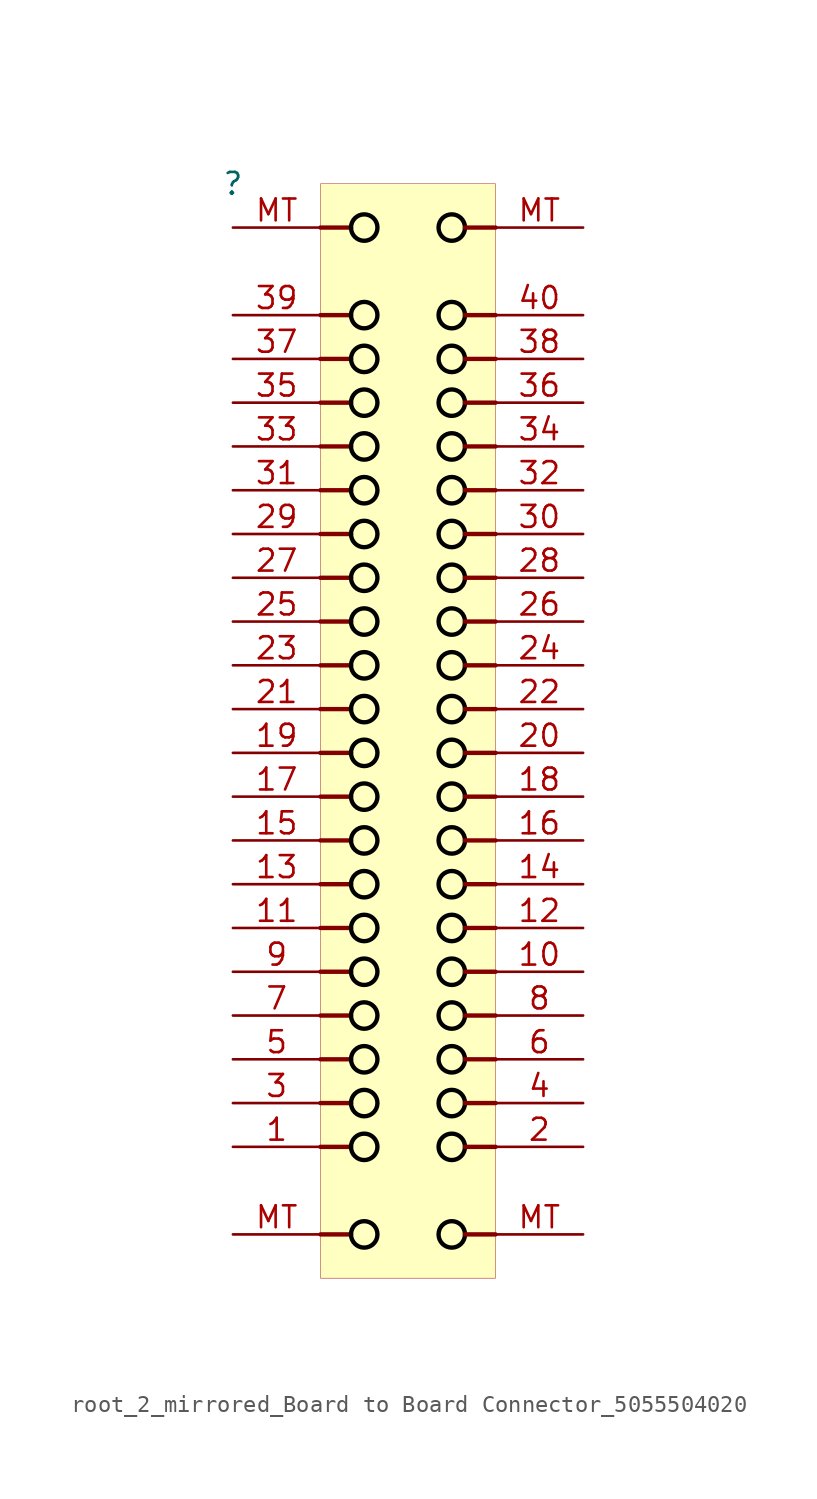
<source format=kicad_sym>
(kicad_symbol_lib
  (version 20231120)
  (generator "kicad_symbol_editor")
  (generator_version "8.0")
  (symbol "root_2_mirrored_Board to Board Connector_5055504020"
    (property "Reference" ""
      (at 0 0 0)
      (effects (font (size 1.27 1.27))))
    (property "Value" ""
      (at 0 0 0)
      (effects (font (size 1.27 1.27))))
    (symbol "root_2_mirrored_Board to Board Connector_5055504020_1_0"
      (polyline (pts (xy 5.08 -60.96) (xy 6.858 -60.96)) (stroke (width 0.254) (type solid)) (fill (type none)))
      (polyline (pts (xy 5.08 -55.88) (xy 6.858 -55.88)) (stroke (width 0.254) (type solid)) (fill (type none)))
      (polyline (pts (xy 5.08 -53.34) (xy 6.858 -53.34)) (stroke (width 0.254) (type solid)) (fill (type none)))
      (polyline (pts (xy 5.08 -50.8) (xy 6.858 -50.8)) (stroke (width 0.254) (type solid)) (fill (type none)))
      (polyline (pts (xy 5.08 -48.26) (xy 6.858 -48.26)) (stroke (width 0.254) (type solid)) (fill (type none)))
      (polyline (pts (xy 5.08 -45.72) (xy 6.858 -45.72)) (stroke (width 0.254) (type solid)) (fill (type none)))
      (polyline (pts (xy 5.08 -43.18) (xy 6.858 -43.18)) (stroke (width 0.254) (type solid)) (fill (type none)))
      (polyline (pts (xy 5.08 -40.64) (xy 6.858 -40.64)) (stroke (width 0.254) (type solid)) (fill (type none)))
      (polyline (pts (xy 5.08 -38.1) (xy 6.858 -38.1)) (stroke (width 0.254) (type solid)) (fill (type none)))
      (polyline (pts (xy 5.08 -35.56) (xy 6.858 -35.56)) (stroke (width 0.254) (type solid)) (fill (type none)))
      (polyline (pts (xy 5.08 -33.02) (xy 6.858 -33.02)) (stroke (width 0.254) (type solid)) (fill (type none)))
      (polyline (pts (xy 5.08 -30.48) (xy 6.858 -30.48)) (stroke (width 0.254) (type solid)) (fill (type none)))
      (polyline (pts (xy 5.08 -27.94) (xy 6.858 -27.94)) (stroke (width 0.254) (type solid)) (fill (type none)))
      (polyline (pts (xy 5.08 -25.4) (xy 6.858 -25.4)) (stroke (width 0.254) (type solid)) (fill (type none)))
      (polyline (pts (xy 5.08 -22.86) (xy 6.858 -22.86)) (stroke (width 0.254) (type solid)) (fill (type none)))
      (polyline (pts (xy 5.08 -20.32) (xy 6.858 -20.32)) (stroke (width 0.254) (type solid)) (fill (type none)))
      (polyline (pts (xy 5.08 -17.78) (xy 6.858 -17.78)) (stroke (width 0.254) (type solid)) (fill (type none)))
      (polyline (pts (xy 5.08 -15.24) (xy 6.858 -15.24)) (stroke (width 0.254) (type solid)) (fill (type none)))
      (polyline (pts (xy 5.08 -12.7) (xy 6.858 -12.7)) (stroke (width 0.254) (type solid)) (fill (type none)))
      (polyline (pts (xy 5.08 -10.16) (xy 6.858 -10.16)) (stroke (width 0.254) (type solid)) (fill (type none)))
      (polyline (pts (xy 5.08 -7.62) (xy 6.858 -7.62)) (stroke (width 0.254) (type solid)) (fill (type none)))
      (polyline (pts (xy 5.08 -2.54) (xy 6.858 -2.54)) (stroke (width 0.254) (type solid)) (fill (type none)))
      (polyline (pts (xy 15.24 -60.96) (xy 13.462 -60.96)) (stroke (width 0.254) (type solid)) (fill (type none)))
      (polyline (pts (xy 15.24 -55.88) (xy 13.462 -55.88)) (stroke (width 0.254) (type solid)) (fill (type none)))
      (polyline (pts (xy 15.24 -53.34) (xy 13.462 -53.34)) (stroke (width 0.254) (type solid)) (fill (type none)))
      (polyline (pts (xy 15.24 -50.8) (xy 13.462 -50.8)) (stroke (width 0.254) (type solid)) (fill (type none)))
      (polyline (pts (xy 15.24 -48.26) (xy 13.462 -48.26)) (stroke (width 0.254) (type solid)) (fill (type none)))
      (polyline (pts (xy 15.24 -45.72) (xy 13.462 -45.72)) (stroke (width 0.254) (type solid)) (fill (type none)))
      (polyline (pts (xy 15.24 -43.18) (xy 13.462 -43.18)) (stroke (width 0.254) (type solid)) (fill (type none)))
      (polyline (pts (xy 15.24 -40.64) (xy 13.462 -40.64)) (stroke (width 0.254) (type solid)) (fill (type none)))
      (polyline (pts (xy 15.24 -38.1) (xy 13.462 -38.1)) (stroke (width 0.254) (type solid)) (fill (type none)))
      (polyline (pts (xy 15.24 -35.56) (xy 13.462 -35.56)) (stroke (width 0.254) (type solid)) (fill (type none)))
      (polyline (pts (xy 15.24 -33.02) (xy 13.462 -33.02)) (stroke (width 0.254) (type solid)) (fill (type none)))
      (polyline (pts (xy 15.24 -30.48) (xy 13.462 -30.48)) (stroke (width 0.254) (type solid)) (fill (type none)))
      (polyline (pts (xy 15.24 -27.94) (xy 13.462 -27.94)) (stroke (width 0.254) (type solid)) (fill (type none)))
      (polyline (pts (xy 15.24 -25.4) (xy 13.462 -25.4)) (stroke (width 0.254) (type solid)) (fill (type none)))
      (polyline (pts (xy 15.24 -22.86) (xy 13.462 -22.86)) (stroke (width 0.254) (type solid)) (fill (type none)))
      (polyline (pts (xy 15.24 -20.32) (xy 13.462 -20.32)) (stroke (width 0.254) (type solid)) (fill (type none)))
      (polyline (pts (xy 15.24 -17.78) (xy 13.462 -17.78)) (stroke (width 0.254) (type solid)) (fill (type none)))
      (polyline (pts (xy 15.24 -15.24) (xy 13.462 -15.24)) (stroke (width 0.254) (type solid)) (fill (type none)))
      (polyline (pts (xy 15.24 -12.7) (xy 13.462 -12.7)) (stroke (width 0.254) (type solid)) (fill (type none)))
      (polyline (pts (xy 15.24 -10.16) (xy 13.462 -10.16)) (stroke (width 0.254) (type solid)) (fill (type none)))
      (polyline (pts (xy 15.24 -7.62) (xy 13.462 -7.62)) (stroke (width 0.254) (type solid)) (fill (type none)))
      (polyline (pts (xy 15.24 -2.54) (xy 13.462 -2.54)) (stroke (width 0.254) (type solid)) (fill (type none)))
      (circle (center 7.62 -60.96) (radius 0.767) (stroke (width 0.254) (type solid) (color 0 0 0 1)) (fill (type none)))
      (circle (center 7.62 -55.88) (radius 0.767) (stroke (width 0.254) (type solid) (color 0 0 0 1)) (fill (type none)))
      (circle (center 7.62 -53.34) (radius 0.767) (stroke (width 0.254) (type solid) (color 0 0 0 1)) (fill (type none)))
      (circle (center 7.62 -50.8) (radius 0.767) (stroke (width 0.254) (type solid) (color 0 0 0 1)) (fill (type none)))
      (circle (center 7.62 -48.26) (radius 0.767) (stroke (width 0.254) (type solid) (color 0 0 0 1)) (fill (type none)))
      (circle (center 7.62 -45.72) (radius 0.767) (stroke (width 0.254) (type solid) (color 0 0 0 1)) (fill (type none)))
      (circle (center 7.62 -43.18) (radius 0.767) (stroke (width 0.254) (type solid) (color 0 0 0 1)) (fill (type none)))
      (circle (center 7.62 -40.64) (radius 0.767) (stroke (width 0.254) (type solid) (color 0 0 0 1)) (fill (type none)))
      (circle (center 7.62 -38.1) (radius 0.767) (stroke (width 0.254) (type solid) (color 0 0 0 1)) (fill (type none)))
      (circle (center 7.62 -35.56) (radius 0.767) (stroke (width 0.254) (type solid) (color 0 0 0 1)) (fill (type none)))
      (circle (center 7.62 -33.02) (radius 0.767) (stroke (width 0.254) (type solid) (color 0 0 0 1)) (fill (type none)))
      (circle (center 7.62 -30.48) (radius 0.767) (stroke (width 0.254) (type solid) (color 0 0 0 1)) (fill (type none)))
      (circle (center 7.62 -27.94) (radius 0.767) (stroke (width 0.254) (type solid) (color 0 0 0 1)) (fill (type none)))
      (circle (center 7.62 -25.4) (radius 0.767) (stroke (width 0.254) (type solid) (color 0 0 0 1)) (fill (type none)))
      (circle (center 7.62 -22.86) (radius 0.767) (stroke (width 0.254) (type solid) (color 0 0 0 1)) (fill (type none)))
      (circle (center 7.62 -20.32) (radius 0.767) (stroke (width 0.254) (type solid) (color 0 0 0 1)) (fill (type none)))
      (circle (center 7.62 -17.78) (radius 0.767) (stroke (width 0.254) (type solid) (color 0 0 0 1)) (fill (type none)))
      (circle (center 7.62 -15.24) (radius 0.767) (stroke (width 0.254) (type solid) (color 0 0 0 1)) (fill (type none)))
      (circle (center 7.62 -12.7) (radius 0.767) (stroke (width 0.254) (type solid) (color 0 0 0 1)) (fill (type none)))
      (circle (center 7.62 -10.16) (radius 0.767) (stroke (width 0.254) (type solid) (color 0 0 0 1)) (fill (type none)))
      (circle (center 7.62 -7.62) (radius 0.767) (stroke (width 0.254) (type solid) (color 0 0 0 1)) (fill (type none)))
      (circle (center 7.62 -2.54) (radius 0.767) (stroke (width 0.254) (type solid) (color 0 0 0 1)) (fill (type none)))
      (circle (center 12.7 -60.96) (radius 0.767) (stroke (width 0.254) (type solid) (color 0 0 0 1)) (fill (type none)))
      (circle (center 12.7 -55.88) (radius 0.767) (stroke (width 0.254) (type solid) (color 0 0 0 1)) (fill (type none)))
      (circle (center 12.7 -53.34) (radius 0.767) (stroke (width 0.254) (type solid) (color 0 0 0 1)) (fill (type none)))
      (circle (center 12.7 -50.8) (radius 0.767) (stroke (width 0.254) (type solid) (color 0 0 0 1)) (fill (type none)))
      (circle (center 12.7 -48.26) (radius 0.767) (stroke (width 0.254) (type solid) (color 0 0 0 1)) (fill (type none)))
      (circle (center 12.7 -45.72) (radius 0.767) (stroke (width 0.254) (type solid) (color 0 0 0 1)) (fill (type none)))
      (circle (center 12.7 -43.18) (radius 0.767) (stroke (width 0.254) (type solid) (color 0 0 0 1)) (fill (type none)))
      (circle (center 12.7 -40.64) (radius 0.767) (stroke (width 0.254) (type solid) (color 0 0 0 1)) (fill (type none)))
      (circle (center 12.7 -38.1) (radius 0.767) (stroke (width 0.254) (type solid) (color 0 0 0 1)) (fill (type none)))
      (circle (center 12.7 -35.56) (radius 0.767) (stroke (width 0.254) (type solid) (color 0 0 0 1)) (fill (type none)))
      (circle (center 12.7 -33.02) (radius 0.767) (stroke (width 0.254) (type solid) (color 0 0 0 1)) (fill (type none)))
      (circle (center 12.7 -30.48) (radius 0.767) (stroke (width 0.254) (type solid) (color 0 0 0 1)) (fill (type none)))
      (circle (center 12.7 -27.94) (radius 0.767) (stroke (width 0.254) (type solid) (color 0 0 0 1)) (fill (type none)))
      (circle (center 12.7 -25.4) (radius 0.767) (stroke (width 0.254) (type solid) (color 0 0 0 1)) (fill (type none)))
      (circle (center 12.7 -22.86) (radius 0.767) (stroke (width 0.254) (type solid) (color 0 0 0 1)) (fill (type none)))
      (circle (center 12.7 -20.32) (radius 0.767) (stroke (width 0.254) (type solid) (color 0 0 0 1)) (fill (type none)))
      (circle (center 12.7 -17.78) (radius 0.767) (stroke (width 0.254) (type solid) (color 0 0 0 1)) (fill (type none)))
      (circle (center 12.7 -15.24) (radius 0.767) (stroke (width 0.254) (type solid) (color 0 0 0 1)) (fill (type none)))
      (circle (center 12.7 -12.7) (radius 0.767) (stroke (width 0.254) (type solid) (color 0 0 0 1)) (fill (type none)))
      (circle (center 12.7 -10.16) (radius 0.767) (stroke (width 0.254) (type solid) (color 0 0 0 1)) (fill (type none)))
      (circle (center 12.7 -7.62) (radius 0.767) (stroke (width 0.254) (type solid) (color 0 0 0 1)) (fill (type none)))
      (circle (center 12.7 -2.54) (radius 0.767) (stroke (width 0.254) (type solid) (color 0 0 0 1)) (fill (type none)))
      (rectangle (start 15.24 0) (end 5.08 -63.5) (stroke (width 0.025) (type solid) (color 152 0 0 1)) (fill (type background)))
      (pin passive line (at 0 -55.88 0) (length 5.08) (name "1" (effects (font (size 0 0)))) (number "1" (effects (font (size 1.27 1.27)))))
      (pin passive line (at 20.32 -45.72 180) (length 5.08) (name "10" (effects (font (size 0 0)))) (number "10" (effects (font (size 1.27 1.27)))))
      (pin passive line (at 0 -43.18 0) (length 5.08) (name "11" (effects (font (size 0 0)))) (number "11" (effects (font (size 1.27 1.27)))))
      (pin passive line (at 20.32 -43.18 180) (length 5.08) (name "12" (effects (font (size 0 0)))) (number "12" (effects (font (size 1.27 1.27)))))
      (pin passive line (at 0 -40.64 0) (length 5.08) (name "13" (effects (font (size 0 0)))) (number "13" (effects (font (size 1.27 1.27)))))
      (pin passive line (at 20.32 -40.64 180) (length 5.08) (name "14" (effects (font (size 0 0)))) (number "14" (effects (font (size 1.27 1.27)))))
      (pin passive line (at 0 -38.1 0) (length 5.08) (name "15" (effects (font (size 0 0)))) (number "15" (effects (font (size 1.27 1.27)))))
      (pin passive line (at 20.32 -38.1 180) (length 5.08) (name "16" (effects (font (size 0 0)))) (number "16" (effects (font (size 1.27 1.27)))))
      (pin passive line (at 0 -35.56 0) (length 5.08) (name "17" (effects (font (size 0 0)))) (number "17" (effects (font (size 1.27 1.27)))))
      (pin passive line (at 20.32 -35.56 180) (length 5.08) (name "18" (effects (font (size 0 0)))) (number "18" (effects (font (size 1.27 1.27)))))
      (pin passive line (at 0 -33.02 0) (length 5.08) (name "19" (effects (font (size 0 0)))) (number "19" (effects (font (size 1.27 1.27)))))
      (pin passive line (at 20.32 -55.88 180) (length 5.08) (name "2" (effects (font (size 0 0)))) (number "2" (effects (font (size 1.27 1.27)))))
      (pin passive line (at 20.32 -33.02 180) (length 5.08) (name "20" (effects (font (size 0 0)))) (number "20" (effects (font (size 1.27 1.27)))))
      (pin passive line (at 0 -30.48 0) (length 5.08) (name "21" (effects (font (size 0 0)))) (number "21" (effects (font (size 1.27 1.27)))))
      (pin passive line (at 20.32 -30.48 180) (length 5.08) (name "22" (effects (font (size 0 0)))) (number "22" (effects (font (size 1.27 1.27)))))
      (pin passive line (at 0 -27.94 0) (length 5.08) (name "23" (effects (font (size 0 0)))) (number "23" (effects (font (size 1.27 1.27)))))
      (pin passive line (at 20.32 -27.94 180) (length 5.08) (name "24" (effects (font (size 0 0)))) (number "24" (effects (font (size 1.27 1.27)))))
      (pin passive line (at 0 -25.4 0) (length 5.08) (name "25" (effects (font (size 0 0)))) (number "25" (effects (font (size 1.27 1.27)))))
      (pin passive line (at 20.32 -25.4 180) (length 5.08) (name "26" (effects (font (size 0 0)))) (number "26" (effects (font (size 1.27 1.27)))))
      (pin passive line (at 0 -22.86 0) (length 5.08) (name "27" (effects (font (size 0 0)))) (number "27" (effects (font (size 1.27 1.27)))))
      (pin passive line (at 20.32 -22.86 180) (length 5.08) (name "28" (effects (font (size 0 0)))) (number "28" (effects (font (size 1.27 1.27)))))
      (pin passive line (at 0 -20.32 0) (length 5.08) (name "29" (effects (font (size 0 0)))) (number "29" (effects (font (size 1.27 1.27)))))
      (pin passive line (at 0 -53.34 0) (length 5.08) (name "3" (effects (font (size 0 0)))) (number "3" (effects (font (size 1.27 1.27)))))
      (pin passive line (at 20.32 -20.32 180) (length 5.08) (name "30" (effects (font (size 0 0)))) (number "30" (effects (font (size 1.27 1.27)))))
      (pin passive line (at 0 -17.78 0) (length 5.08) (name "31" (effects (font (size 0 0)))) (number "31" (effects (font (size 1.27 1.27)))))
      (pin passive line (at 20.32 -17.78 180) (length 5.08) (name "32" (effects (font (size 0 0)))) (number "32" (effects (font (size 1.27 1.27)))))
      (pin passive line (at 0 -15.24 0) (length 5.08) (name "33" (effects (font (size 0 0)))) (number "33" (effects (font (size 1.27 1.27)))))
      (pin passive line (at 20.32 -15.24 180) (length 5.08) (name "34" (effects (font (size 0 0)))) (number "34" (effects (font (size 1.27 1.27)))))
      (pin passive line (at 0 -12.7 0) (length 5.08) (name "35" (effects (font (size 0 0)))) (number "35" (effects (font (size 1.27 1.27)))))
      (pin passive line (at 20.32 -12.7 180) (length 5.08) (name "36" (effects (font (size 0 0)))) (number "36" (effects (font (size 1.27 1.27)))))
      (pin passive line (at 0 -10.16 0) (length 5.08) (name "37" (effects (font (size 0 0)))) (number "37" (effects (font (size 1.27 1.27)))))
      (pin passive line (at 20.32 -10.16 180) (length 5.08) (name "38" (effects (font (size 0 0)))) (number "38" (effects (font (size 1.27 1.27)))))
      (pin passive line (at 0 -7.62 0) (length 5.08) (name "39" (effects (font (size 0 0)))) (number "39" (effects (font (size 1.27 1.27)))))
      (pin passive line (at 20.32 -53.34 180) (length 5.08) (name "4" (effects (font (size 0 0)))) (number "4" (effects (font (size 1.27 1.27)))))
      (pin passive line (at 20.32 -7.62 180) (length 5.08) (name "40" (effects (font (size 0 0)))) (number "40" (effects (font (size 1.27 1.27)))))
      (pin passive line (at 0 -50.8 0) (length 5.08) (name "5" (effects (font (size 0 0)))) (number "5" (effects (font (size 1.27 1.27)))))
      (pin passive line (at 20.32 -50.8 180) (length 5.08) (name "6" (effects (font (size 0 0)))) (number "6" (effects (font (size 1.27 1.27)))))
      (pin passive line (at 0 -48.26 0) (length 5.08) (name "7" (effects (font (size 0 0)))) (number "7" (effects (font (size 1.27 1.27)))))
      (pin passive line (at 20.32 -48.26 180) (length 5.08) (name "8" (effects (font (size 0 0)))) (number "8" (effects (font (size 1.27 1.27)))))
      (pin passive line (at 0 -45.72 0) (length 5.08) (name "9" (effects (font (size 0 0)))) (number "9" (effects (font (size 1.27 1.27)))))
      (pin passive line (at 0 -60.96 0) (length 5.08) (name "MT" (effects (font (size 0 0)))) (number "MT" (effects (font (size 1.27 1.27)))))
      (pin passive line (at 0 -2.54 0) (length 5.08) (name "MT" (effects (font (size 0 0)))) (number "MT" (effects (font (size 1.27 1.27)))))
      (pin passive line (at 20.32 -60.96 180) (length 5.08) (name "MT" (effects (font (size 0 0)))) (number "MT" (effects (font (size 1.27 1.27)))))
      (pin passive line (at 20.32 -2.54 180) (length 5.08) (name "MT" (effects (font (size 0 0)))) (number "MT" (effects (font (size 1.27 1.27))))))))
</source>
